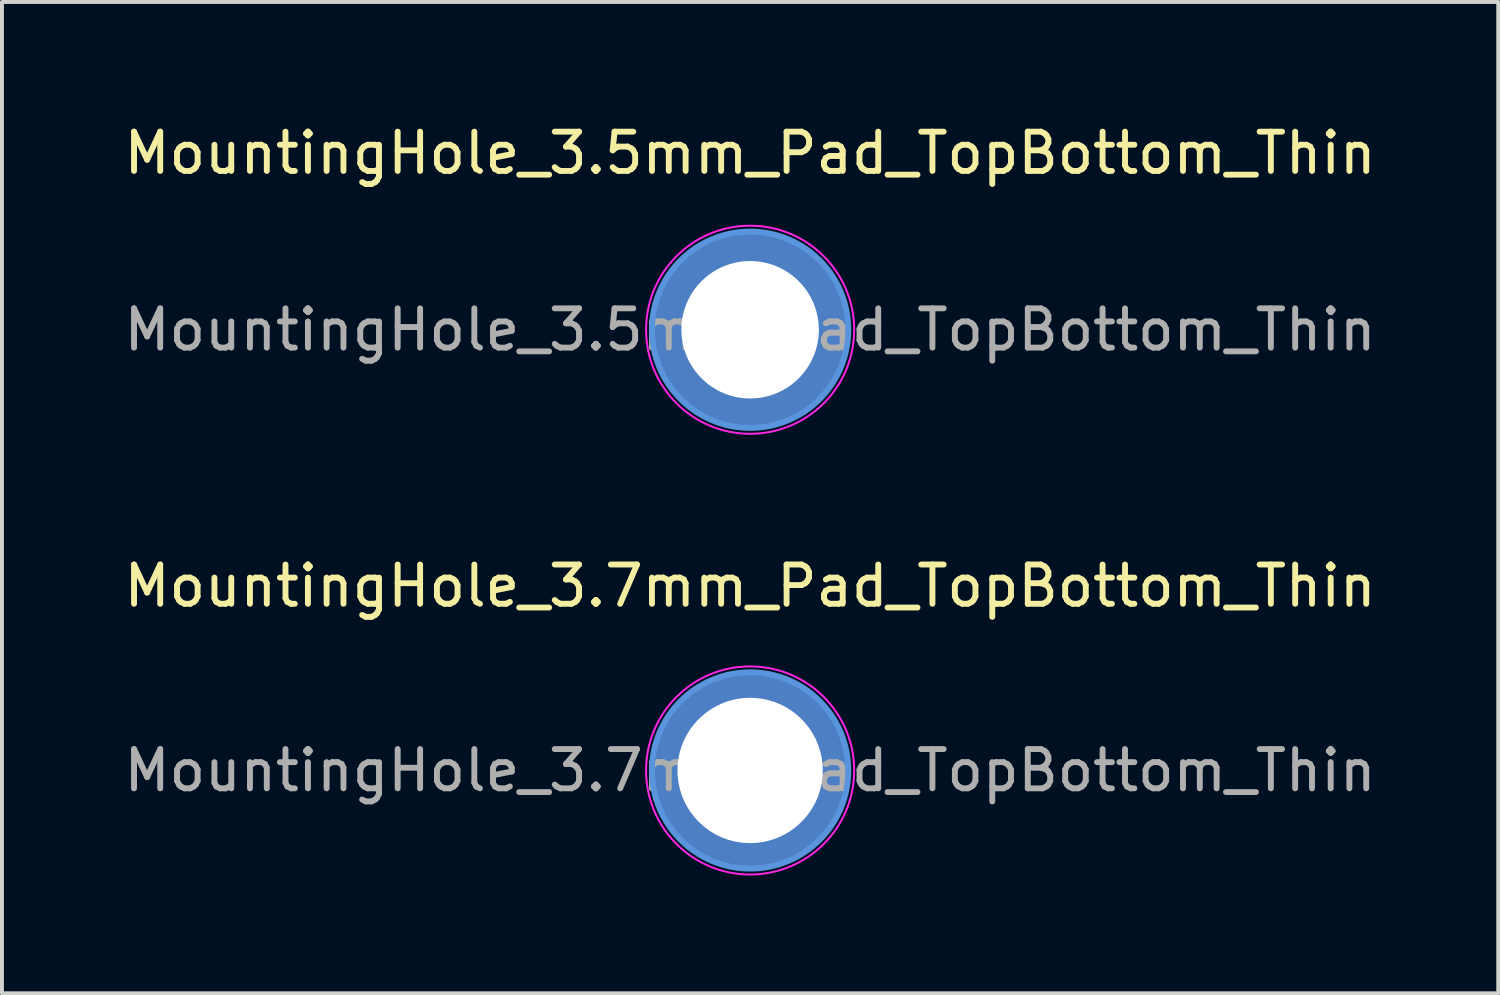
<source format=kicad_pcb>
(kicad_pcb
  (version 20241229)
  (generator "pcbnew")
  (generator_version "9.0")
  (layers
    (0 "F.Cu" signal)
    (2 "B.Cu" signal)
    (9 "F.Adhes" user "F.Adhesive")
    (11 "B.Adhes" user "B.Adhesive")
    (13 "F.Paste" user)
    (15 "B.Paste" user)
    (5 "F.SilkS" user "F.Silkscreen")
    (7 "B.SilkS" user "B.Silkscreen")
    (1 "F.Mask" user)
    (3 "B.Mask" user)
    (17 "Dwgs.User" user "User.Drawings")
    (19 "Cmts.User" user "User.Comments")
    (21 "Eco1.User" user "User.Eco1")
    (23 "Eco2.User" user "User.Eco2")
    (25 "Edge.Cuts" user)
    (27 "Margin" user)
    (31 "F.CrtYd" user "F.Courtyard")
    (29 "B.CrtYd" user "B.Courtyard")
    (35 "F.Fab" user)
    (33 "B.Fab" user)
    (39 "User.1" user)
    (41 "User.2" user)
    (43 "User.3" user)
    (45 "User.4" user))
  (footprint "MountingHole_3.5mm_Pad_TopBottom_Thin"
    (layer "F.Cu")
    (at 16.054 5.348)
    (property "Reference" "MountingHole_3.5mm_Pad_TopBottom_Thin" (at 0 -4.5 0) (layer "F.SilkS") (effects (font (size 1 1) (thickness 0.15))))
    (attr exclude_from_pos_files exclude_from_bom)
    (fp_circle (center 0 0) (end 2.5 0) (stroke (width 0.15) (type solid)) (fill no) (layer "Cmts.User"))
    (fp_circle (center 0 0) (end 2.65 0) (stroke (width 0.05) (type solid)) (fill no) (layer "F.CrtYd"))
    (fp_text user "${REFERENCE}" (at 0 0 0) (layer "F.Fab") (effects (font (size 1 1) (thickness 0.15))))
    (pad "1" thru_hole circle (at 0 0) (size 3.9 3.9) (drill 3.5) (layers "*.Cu" "*.Mask") (remove_unused_layers yes) (keep_end_layers yes) (zone_layer_connections))
    (pad "1" connect circle (at 0 0) (size 5 5) (layers "F.Cu" "F.Mask"))
    (pad "1" connect circle (at 0 0) (size 5 5) (layers "B.Cu" "B.Mask")))
  (footprint "MountingHole_3.7mm_Pad_TopBottom_Thin"
    (layer "F.Cu")
    (at 16.054 16.572)
    (property "Reference" "MountingHole_3.7mm_Pad_TopBottom_Thin" (at 0 -4.7 0) (layer "F.SilkS") (effects (font (size 1 1) (thickness 0.15))))
    (attr exclude_from_pos_files exclude_from_bom)
    (fp_circle (center 0 0) (end 2.5 0) (stroke (width 0.15) (type solid)) (fill no) (layer "Cmts.User"))
    (fp_circle (center 0 0) (end 2.65 0) (stroke (width 0.05) (type solid)) (fill no) (layer "F.CrtYd"))
    (fp_text user "${REFERENCE}" (at 0 0 0) (layer "F.Fab") (effects (font (size 1 1) (thickness 0.15))))
    (pad "1" thru_hole circle (at 0 0) (size 4.1 4.1) (drill 3.7) (layers "*.Cu" "*.Mask"))
    (pad "1" connect circle (at 0 0) (size 5 5) (layers "F.Cu" "F.Mask"))
    (pad "1" connect circle (at 0 0) (size 5 5) (layers "B.Cu" "B.Mask")))
  (gr_rect
    (start -3 -3)
    (end 35.107 22.247)
    (stroke (width 0.1) (type default))
    (fill no)
    (layer "Edge.Cuts")))
</source>
